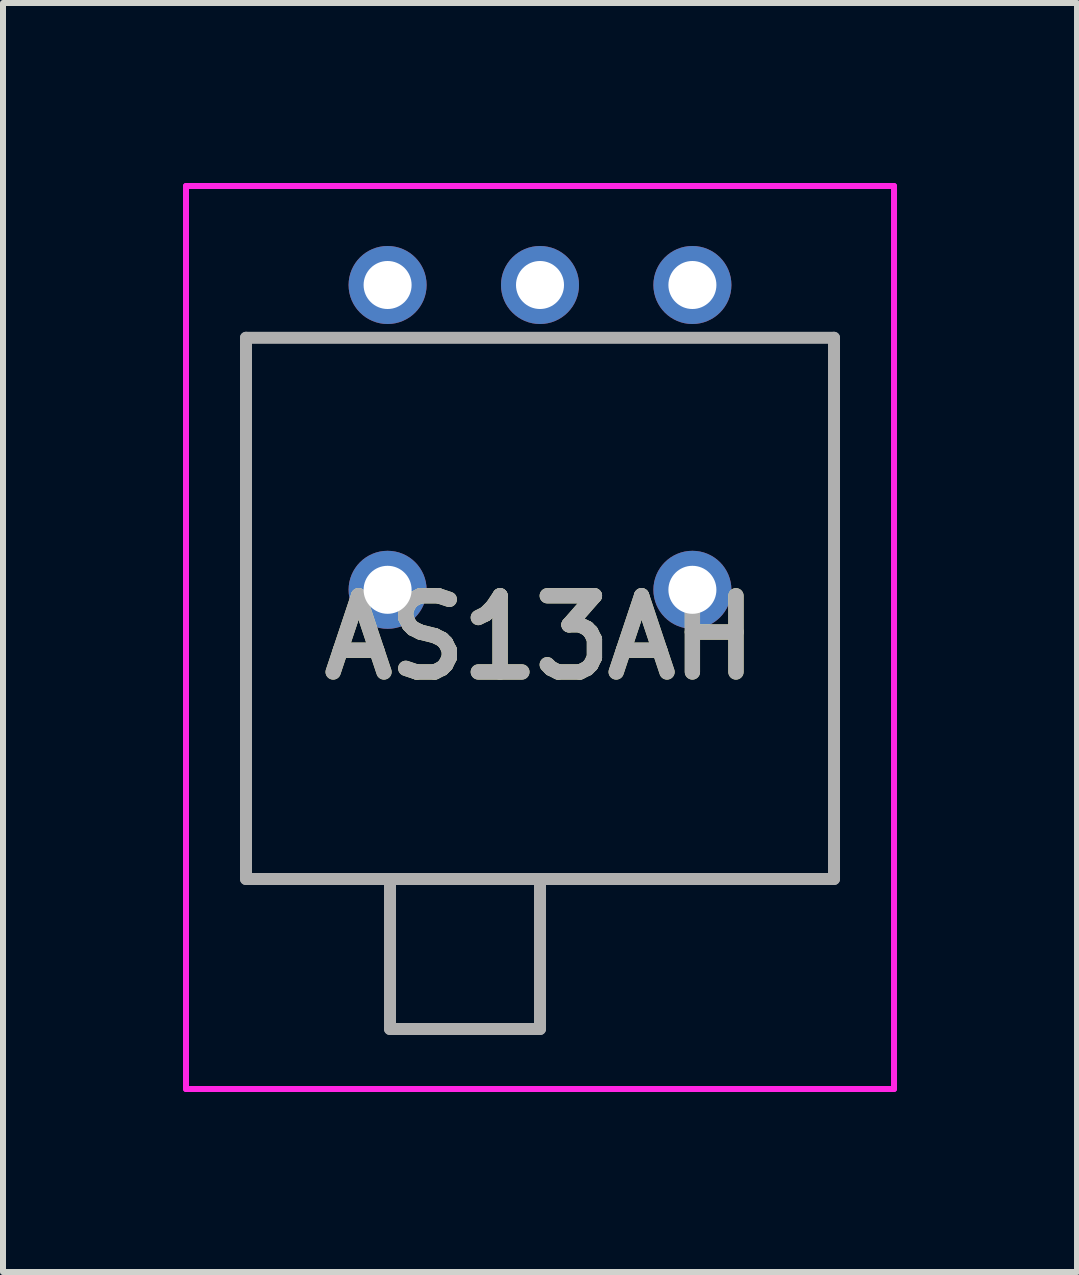
<source format=kicad_pcb>
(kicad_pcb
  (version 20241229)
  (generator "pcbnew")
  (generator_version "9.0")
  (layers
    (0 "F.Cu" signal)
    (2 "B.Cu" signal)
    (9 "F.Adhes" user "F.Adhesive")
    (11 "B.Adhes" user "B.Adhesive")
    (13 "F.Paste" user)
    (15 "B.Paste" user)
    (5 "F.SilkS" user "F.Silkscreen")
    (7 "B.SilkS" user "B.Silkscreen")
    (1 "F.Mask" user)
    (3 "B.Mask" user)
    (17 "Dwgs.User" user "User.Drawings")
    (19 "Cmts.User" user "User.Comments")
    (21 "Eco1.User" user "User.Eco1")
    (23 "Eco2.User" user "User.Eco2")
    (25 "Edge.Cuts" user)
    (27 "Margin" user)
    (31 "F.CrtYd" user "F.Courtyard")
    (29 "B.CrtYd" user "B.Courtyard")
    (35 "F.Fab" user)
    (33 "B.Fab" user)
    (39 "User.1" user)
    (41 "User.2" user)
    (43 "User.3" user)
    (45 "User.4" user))
  (footprint "AS13AH"
    (layer "F.Cu")
    (at 3.41 1.7)
    (property "Reference" "AS13AH" (at 2.54 5.875 0) (layer "F.SilkS") (effects (font (size 1.27 1.27) (thickness 0.254))))
    (attr through_hole)
    (fp_line (start -2.36 0.88) (end 7.44 0.88) (stroke (width 0.1) (type solid)) (layer "F.SilkS"))
    (fp_line (start -2.36 9.9) (end -2.36 0.88) (stroke (width 0.1) (type solid)) (layer "F.SilkS"))
    (fp_line (start 7.44 0.88) (end 7.44 9.9) (stroke (width 0.1) (type solid)) (layer "F.SilkS"))
    (fp_line (start 7.44 9.9) (end -2.36 9.9) (stroke (width 0.1) (type solid)) (layer "F.SilkS"))
    (fp_line (start -3.36 -1.65) (end 8.44 -1.65) (stroke (width 0.1) (type solid)) (layer "F.CrtYd"))
    (fp_line (start -3.36 13.4) (end -3.36 -1.65) (stroke (width 0.1) (type solid)) (layer "F.CrtYd"))
    (fp_line (start 8.44 -1.65) (end 8.44 13.4) (stroke (width 0.1) (type solid)) (layer "F.CrtYd"))
    (fp_line (start 8.44 13.4) (end -3.36 13.4) (stroke (width 0.1) (type solid)) (layer "F.CrtYd"))
    (fp_line (start -2.36 0.88) (end 7.44 0.88) (stroke (width 0.2) (type solid)) (layer "F.Fab"))
    (fp_line (start -2.36 9.9) (end -2.36 0.88) (stroke (width 0.2) (type solid)) (layer "F.Fab"))
    (fp_line (start 0.04 12.4) (end 0.04 9.9) (stroke (width 0.2) (type solid)) (layer "F.Fab"))
    (fp_line (start 2.54 9.9) (end 2.54 12.4) (stroke (width 0.2) (type solid)) (layer "F.Fab"))
    (fp_line (start 2.54 12.4) (end 0.04 12.4) (stroke (width 0.2) (type solid)) (layer "F.Fab"))
    (fp_line (start 7.44 0.88) (end 7.44 9.9) (stroke (width 0.2) (type solid)) (layer "F.Fab"))
    (fp_line (start 7.44 9.9) (end -2.36 9.9) (stroke (width 0.2) (type solid)) (layer "F.Fab"))
    (fp_text user "${REFERENCE}" (at 2.54 5.875 0) (layer "F.Fab") (effects (font (size 1.27 1.27) (thickness 0.254))))
    (pad "1" thru_hole circle (at 0 0) (size 1.3 1.3) (drill 0.8) (layers "*.Cu" "*.Mask"))
    (pad "2" thru_hole circle (at 2.54 0) (size 1.3 1.3) (drill 0.8) (layers "*.Cu" "*.Mask"))
    (pad "3" thru_hole circle (at 5.08 0) (size 1.3 1.3) (drill 0.8) (layers "*.Cu" "*.Mask"))
    (pad "MH1" thru_hole circle (at 0 5.08) (size 1.3 1.3) (drill 0.8) (layers "*.Cu" "*.Mask"))
    (pad "MH2" thru_hole circle (at 5.08 5.08) (size 1.3 1.3) (drill 0.8) (layers "*.Cu" "*.Mask")))
  (gr_rect
    (start -3 -3)
    (end 14.9 18.15)
    (stroke (width 0.1) (type default))
    (fill no)
    (layer "Edge.Cuts")))
</source>
